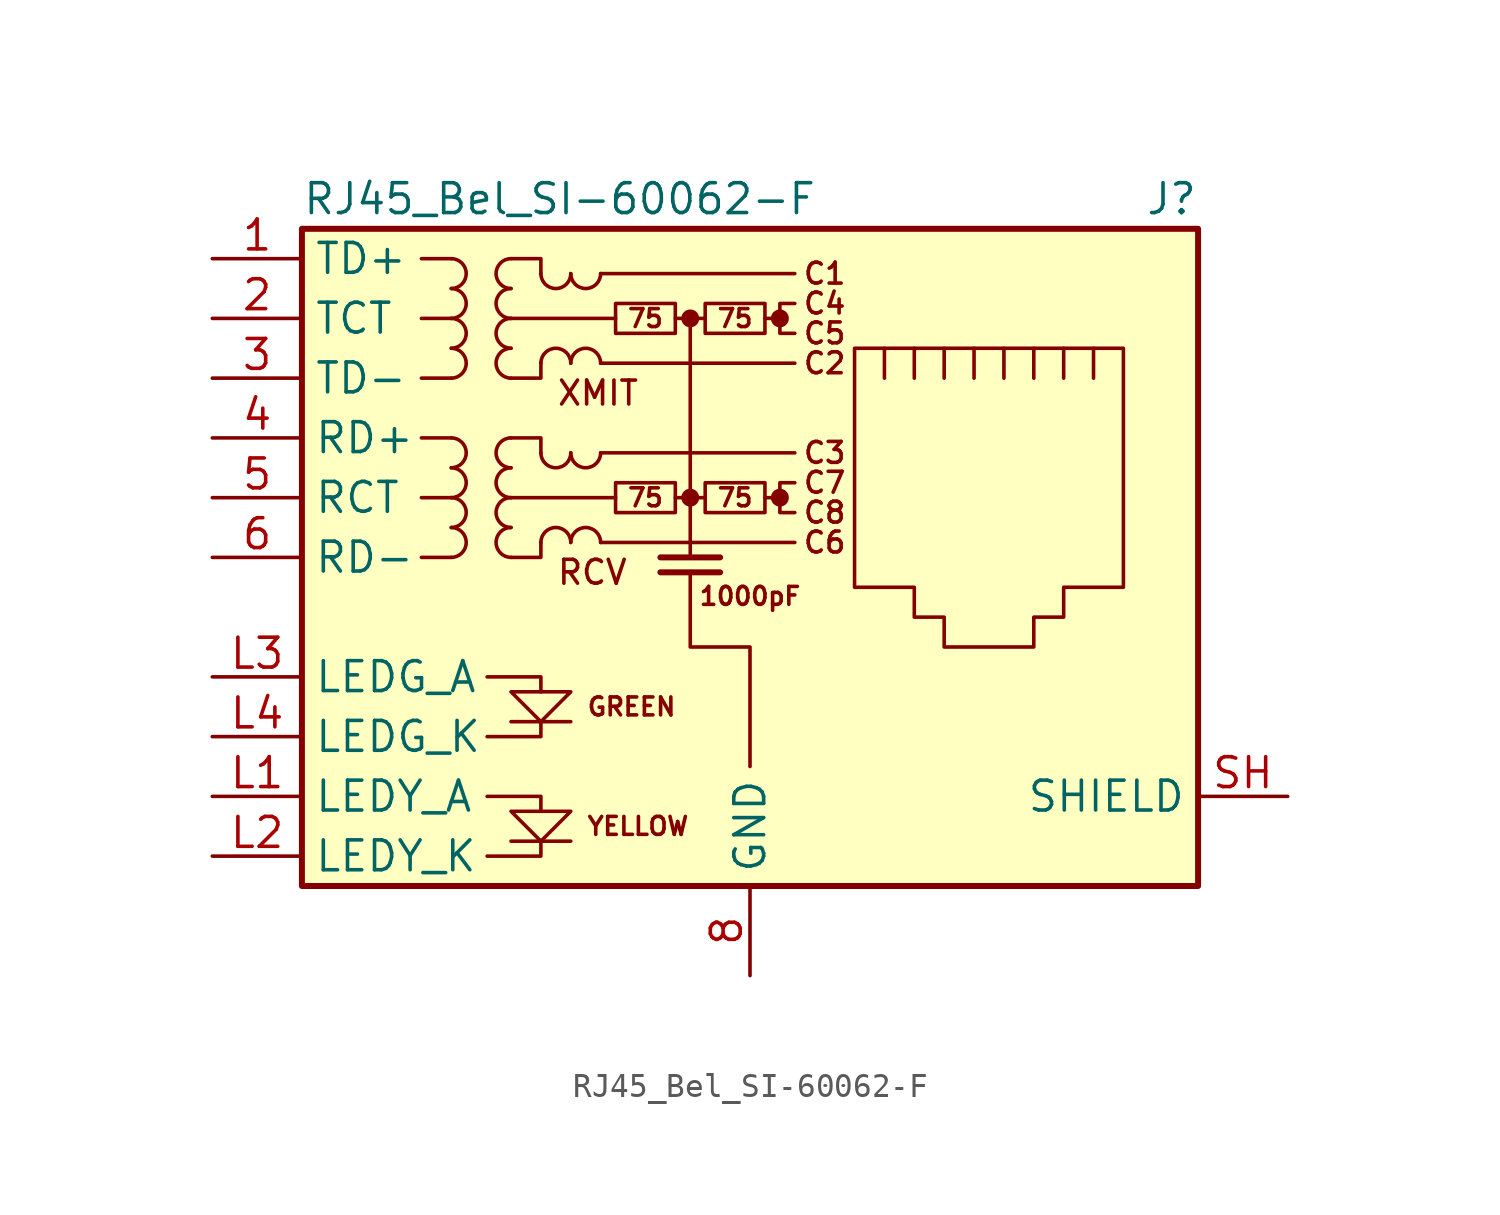
<source format=kicad_sym>
(kicad_symbol_lib
  (version 20220914)
  (generator kicad_symbol_editor)
  (symbol "RJ45_Bel_SI-60062-F"
    (property "Reference" "J"
      (at 19.05 15.24 0)
      (effects (font (size 1.27 1.27)) (justify right)))
    (property "Value" "RJ45_Bel_SI-60062-F"
      (at -19.05 15.24 0)
      (effects (font (size 1.27 1.27)) (justify left)))
    (symbol "RJ45_Bel_SI-60062-F_0_0"
      (circle (center -2.54 2.54) (radius 0.254) (stroke (width 0.254) (type default)) (fill (type outline)))
      (circle (center -2.54 10.16) (radius 0.254) (stroke (width 0.254) (type default)) (fill (type outline)))
      (polyline (pts (xy -7.62 -12.065) (xy -10.16 -12.065)) (stroke (width 0) (type default)) (fill (type none)))
      (polyline (pts (xy -7.62 -6.985) (xy -10.16 -6.985)) (stroke (width 0) (type default)) (fill (type none)))
      (polyline (pts (xy -2.54 10.16) (xy -2.54 0)) (stroke (width 0) (type default)) (fill (type none)))
      (polyline (pts (xy -1.27 -0.635) (xy -3.81 -0.635)) (stroke (width 0.254) (type default)) (fill (type none)))
      (polyline (pts (xy -1.27 0) (xy -3.81 0)) (stroke (width 0.254) (type default)) (fill (type none)))
      (polyline (pts (xy 1.27 2.54) (xy 0.635 2.54)) (stroke (width 0) (type default)) (fill (type none)))
      (polyline (pts (xy 1.27 10.16) (xy 0.635 10.16)) (stroke (width 0) (type default)) (fill (type none)))
      (polyline (pts (xy -11.176 -12.7) (xy -8.89 -12.7) (xy -8.89 -12.065)) (stroke (width 0) (type default)) (fill (type none)))
      (polyline (pts (xy -11.176 -10.16) (xy -8.89 -10.16) (xy -8.89 -10.795)) (stroke (width 0) (type default)) (fill (type none)))
      (polyline (pts (xy -11.176 -5.08) (xy -8.89 -5.08) (xy -8.89 -5.715)) (stroke (width 0) (type default)) (fill (type none)))
      (polyline (pts (xy -8.89 -6.985) (xy -8.89 -7.62) (xy -11.176 -7.62)) (stroke (width 0) (type default)) (fill (type none)))
      (polyline (pts (xy -10.16 -5.715) (xy -7.62 -5.715) (xy -8.89 -6.985) (xy -10.16 -5.715)) (stroke (width 0) (type default)) (fill (type none)))
      (polyline (pts (xy -7.62 -10.795) (xy -10.16 -10.795) (xy -8.89 -12.065) (xy -7.62 -10.795)) (stroke (width 0) (type default)) (fill (type none)))
      (polyline (pts (xy -2.54 -0.635) (xy -2.54 -3.81) (xy 0 -3.81) (xy 0 -8.89)) (stroke (width 0) (type default)) (fill (type none)))
      (polyline (pts (xy 1.905 3.175) (xy 1.27 3.175) (xy 1.27 1.905) (xy 1.905 1.905)) (stroke (width 0) (type default)) (fill (type none)))
      (polyline (pts (xy 1.905 10.795) (xy 1.27 10.795) (xy 1.27 9.525) (xy 1.905 9.525)) (stroke (width 0) (type default)) (fill (type none)))
      (circle (center 1.27 2.54) (radius 0.254) (stroke (width 0.254) (type default)) (fill (type outline)))
      (circle (center 1.27 10.16) (radius 0.254) (stroke (width 0.254) (type default)) (fill (type outline)))
      (text "1000pF" (at 0 -1.651 0) (effects (font (size 0.762 0.762))))
      (text "75" (at -4.445 2.54 0) (effects (font (size 0.762 0.762))))
      (text "75" (at -4.445 10.16 0) (effects (font (size 0.762 0.762))))
      (text "75" (at -0.635 2.54 0) (effects (font (size 0.762 0.762))))
      (text "75" (at -0.635 10.16 0) (effects (font (size 0.762 0.762))))
      (text "C1" (at 3.175 12.065 0) (effects (font (size 0.889 0.889))))
      (text "C2" (at 3.175 8.255 0) (effects (font (size 0.889 0.889))))
      (text "C3" (at 3.175 4.445 0) (effects (font (size 0.889 0.889))))
      (text "C4" (at 3.175 10.795 0) (effects (font (size 0.889 0.889))))
      (text "C5" (at 3.175 9.525 0) (effects (font (size 0.889 0.889))))
      (text "C6" (at 3.175 0.635 0) (effects (font (size 0.889 0.889))))
      (text "C7" (at 3.175 3.175 0) (effects (font (size 0.889 0.889))))
      (text "C8" (at 3.175 1.905 0) (effects (font (size 0.889 0.889))))
      (text "GREEN" (at -6.985 -6.35 0) (effects (font (size 0.762 0.762)) (justify left)))
      (text "RCV" (at -8.255 -0.635 0) (effects (font (size 1.016 1.016)) (justify left)))
      (text "XMIT" (at -8.255 6.985 0) (effects (font (size 1.016 1.016)) (justify left)))
      (text "YELLOW" (at -6.985 -11.43 0) (effects (font (size 0.762 0.762)) (justify left))))
    (symbol "RJ45_Bel_SI-60062-F_0_1"
      (rectangle (start -19.05 -13.97) (end 19.05 13.97) (stroke (width 0.254) (type default)) (fill (type background)))
      (arc (start -12.7 0) (mid -12.0677 0.635) (end -12.7 1.27) (stroke (width 0) (type default)) (fill (type none)))
      (arc (start -12.7 1.27) (mid -12.0677 1.905) (end -12.7 2.54) (stroke (width 0) (type default)) (fill (type none)))
      (arc (start -12.7 2.54) (mid -12.0677 3.175) (end -12.7 3.81) (stroke (width 0) (type default)) (fill (type none)))
      (arc (start -12.7 3.81) (mid -12.0677 4.445) (end -12.7 5.08) (stroke (width 0) (type default)) (fill (type none)))
      (arc (start -12.7 7.62) (mid -12.0677 8.255) (end -12.7 8.89) (stroke (width 0) (type default)) (fill (type none)))
      (arc (start -12.7 8.89) (mid -12.0677 9.525) (end -12.7 10.16) (stroke (width 0) (type default)) (fill (type none)))
      (arc (start -12.7 10.16) (mid -12.0677 10.795) (end -12.7 11.43) (stroke (width 0) (type default)) (fill (type none)))
      (arc (start -12.7 11.43) (mid -12.0677 12.065) (end -12.7 12.7) (stroke (width 0) (type default)) (fill (type none)))
      (arc (start -10.16 1.27) (mid -10.7923 0.635) (end -10.16 0) (stroke (width 0) (type default)) (fill (type none)))
      (arc (start -10.16 2.54) (mid -10.7923 1.905) (end -10.16 1.27) (stroke (width 0) (type default)) (fill (type none)))
      (arc (start -10.16 3.81) (mid -10.7923 3.175) (end -10.16 2.54) (stroke (width 0) (type default)) (fill (type none)))
      (arc (start -10.16 5.08) (mid -10.7923 4.445) (end -10.16 3.81) (stroke (width 0) (type default)) (fill (type none)))
      (arc (start -10.16 8.89) (mid -10.7923 8.255) (end -10.16 7.62) (stroke (width 0) (type default)) (fill (type none)))
      (arc (start -10.16 10.16) (mid -10.7923 9.525) (end -10.16 8.89) (stroke (width 0) (type default)) (fill (type none)))
      (arc (start -10.16 11.43) (mid -10.7923 10.795) (end -10.16 10.16) (stroke (width 0) (type default)) (fill (type none)))
      (arc (start -10.16 12.7) (mid -10.7923 12.065) (end -10.16 11.43) (stroke (width 0) (type default)) (fill (type none)))
      (arc (start -8.89 4.445) (mid -8.255 3.8127) (end -7.62 4.445) (stroke (width 0) (type default)) (fill (type none)))
      (arc (start -8.89 12.065) (mid -8.255 11.4327) (end -7.62 12.065) (stroke (width 0) (type default)) (fill (type none)))
      (arc (start -7.62 0.635) (mid -8.255 1.2673) (end -8.89 0.635) (stroke (width 0) (type default)) (fill (type none)))
      (arc (start -7.62 4.445) (mid -6.985 3.8127) (end -6.35 4.445) (stroke (width 0) (type default)) (fill (type none)))
      (arc (start -7.62 8.255) (mid -8.255 8.8873) (end -8.89 8.255) (stroke (width 0) (type default)) (fill (type none)))
      (arc (start -7.62 12.065) (mid -6.985 11.4327) (end -6.35 12.065) (stroke (width 0) (type default)) (fill (type none)))
      (arc (start -6.35 0.635) (mid -6.985 1.2673) (end -7.62 0.635) (stroke (width 0) (type default)) (fill (type none)))
      (arc (start -6.35 8.255) (mid -6.985 8.8873) (end -7.62 8.255) (stroke (width 0) (type default)) (fill (type none)))
      (rectangle (start -5.715 3.175) (end -3.175 1.905) (stroke (width 0) (type default)) (fill (type none)))
      (rectangle (start -5.715 10.795) (end -3.175 9.525) (stroke (width 0) (type default)) (fill (type none)))
      (rectangle (start -1.905 3.175) (end 0.635 1.905) (stroke (width 0) (type default)) (fill (type none)))
      (rectangle (start -1.905 10.795) (end 0.635 9.525) (stroke (width 0) (type default)) (fill (type none)))
      (polyline (pts (xy -12.7 0) (xy -13.97 0)) (stroke (width 0) (type default)) (fill (type none)))
      (polyline (pts (xy -12.7 2.54) (xy -13.97 2.54)) (stroke (width 0) (type default)) (fill (type none)))
      (polyline (pts (xy -12.7 5.08) (xy -13.97 5.08)) (stroke (width 0) (type default)) (fill (type none)))
      (polyline (pts (xy -12.7 7.62) (xy -13.97 7.62)) (stroke (width 0) (type default)) (fill (type none)))
      (polyline (pts (xy -12.7 10.16) (xy -13.97 10.16)) (stroke (width 0) (type default)) (fill (type none)))
      (polyline (pts (xy -12.7 12.7) (xy -13.97 12.7)) (stroke (width 0) (type default)) (fill (type none)))
      (polyline (pts (xy -6.35 0.635) (xy 1.905 0.635)) (stroke (width 0) (type default)) (fill (type none)))
      (polyline (pts (xy -6.35 4.445) (xy 1.905 4.445)) (stroke (width 0) (type default)) (fill (type none)))
      (polyline (pts (xy -6.35 8.255) (xy 1.905 8.255)) (stroke (width 0) (type default)) (fill (type none)))
      (polyline (pts (xy -6.35 12.065) (xy 1.905 12.065)) (stroke (width 0) (type default)) (fill (type none)))
      (polyline (pts (xy -5.715 2.54) (xy -10.16 2.54)) (stroke (width 0) (type default)) (fill (type none)))
      (polyline (pts (xy -5.715 10.16) (xy -10.16 10.16)) (stroke (width 0) (type default)) (fill (type none)))
      (polyline (pts (xy -3.175 2.54) (xy -1.905 2.54)) (stroke (width 0) (type default)) (fill (type none)))
      (polyline (pts (xy -3.175 10.16) (xy -1.905 10.16)) (stroke (width 0) (type default)) (fill (type none)))
      (polyline (pts (xy 5.715 7.62) (xy 5.715 8.89)) (stroke (width 0) (type default)) (fill (type none)))
      (polyline (pts (xy 6.985 8.89) (xy 6.985 7.62)) (stroke (width 0) (type default)) (fill (type none)))
      (polyline (pts (xy 8.255 8.89) (xy 8.255 7.62)) (stroke (width 0) (type default)) (fill (type none)))
      (polyline (pts (xy 9.525 8.89) (xy 9.525 7.62)) (stroke (width 0) (type default)) (fill (type none)))
      (polyline (pts (xy 10.795 8.89) (xy 10.795 7.62)) (stroke (width 0) (type default)) (fill (type none)))
      (polyline (pts (xy 12.065 8.89) (xy 12.065 7.62)) (stroke (width 0) (type default)) (fill (type none)))
      (polyline (pts (xy 13.335 7.62) (xy 13.335 8.89)) (stroke (width 0) (type default)) (fill (type none)))
      (polyline (pts (xy 14.605 7.62) (xy 14.605 8.89)) (stroke (width 0) (type default)) (fill (type none)))
      (polyline (pts (xy -10.16 5.08) (xy -8.89 5.08) (xy -8.89 4.445)) (stroke (width 0) (type default)) (fill (type none)))
      (polyline (pts (xy -10.16 12.7) (xy -8.89 12.7) (xy -8.89 12.065)) (stroke (width 0) (type default)) (fill (type none)))
      (polyline (pts (xy -8.89 0.635) (xy -8.89 0) (xy -10.16 0)) (stroke (width 0) (type default)) (fill (type none)))
      (polyline (pts (xy -8.89 8.255) (xy -8.89 7.62) (xy -10.16 7.62)) (stroke (width 0) (type default)) (fill (type none)))
      (polyline (pts (xy 4.445 8.89) (xy 15.875 8.89) (xy 15.875 -1.27) (xy 13.335 -1.27) (xy 13.335 -2.54) (xy 12.065 -2.54) (xy 12.065 -3.81) (xy 8.255 -3.81) (xy 8.255 -2.54) (xy 6.985 -2.54) (xy 6.985 -1.27) (xy 4.445 -1.27) (xy 4.445 8.89)) (stroke (width 0) (type default)) (fill (type none))))
    (symbol "RJ45_Bel_SI-60062-F_1_1"
      (pin passive line (at -22.86 12.7 0) (length 3.81) (name "TD+" (effects (font (size 1.27 1.27)))) (number "1" (effects (font (size 1.27 1.27)))))
      (pin passive line (at -22.86 10.16 0) (length 3.81) (name "TCT" (effects (font (size 1.27 1.27)))) (number "2" (effects (font (size 1.27 1.27)))))
      (pin passive line (at -22.86 7.62 0) (length 3.81) (name "TD-" (effects (font (size 1.27 1.27)))) (number "3" (effects (font (size 1.27 1.27)))))
      (pin passive line (at -22.86 5.08 0) (length 3.81) (name "RD+" (effects (font (size 1.27 1.27)))) (number "4" (effects (font (size 1.27 1.27)))))
      (pin passive line (at -22.86 2.54 0) (length 3.81) (name "RCT" (effects (font (size 1.27 1.27)))) (number "5" (effects (font (size 1.27 1.27)))))
      (pin passive line (at -22.86 0 0) (length 3.81) (name "RD-" (effects (font (size 1.27 1.27)))) (number "6" (effects (font (size 1.27 1.27)))))
      (pin no_connect line (at 5.08 -5.08 0) (length 0) hide (name "NC" (effects (font (size 1.27 1.27)))) (number "7" (effects (font (size 1.27 1.27)))))
      (pin power_in line (at 0 -17.78 90) (length 3.81) (name "GND" (effects (font (size 1.27 1.27)))) (number "8" (effects (font (size 1.27 1.27)))))
      (pin passive line (at -22.86 -10.16 0) (length 3.81) (name "LEDY_A" (effects (font (size 1.27 1.27)))) (number "L1" (effects (font (size 1.27 1.27)))))
      (pin passive line (at -22.86 -12.7 0) (length 3.81) (name "LEDY_K" (effects (font (size 1.27 1.27)))) (number "L2" (effects (font (size 1.27 1.27)))))
      (pin passive line (at -22.86 -5.08 0) (length 3.81) (name "LEDG_A" (effects (font (size 1.27 1.27)))) (number "L3" (effects (font (size 1.27 1.27)))))
      (pin passive line (at -22.86 -7.62 0) (length 3.81) (name "LEDG_K" (effects (font (size 1.27 1.27)))) (number "L4" (effects (font (size 1.27 1.27)))))
      (pin passive line (at 22.86 -10.16 180) (length 3.81) (name "SHIELD" (effects (font (size 1.27 1.27)))) (number "SH" (effects (font (size 1.27 1.27))))))))
</source>
